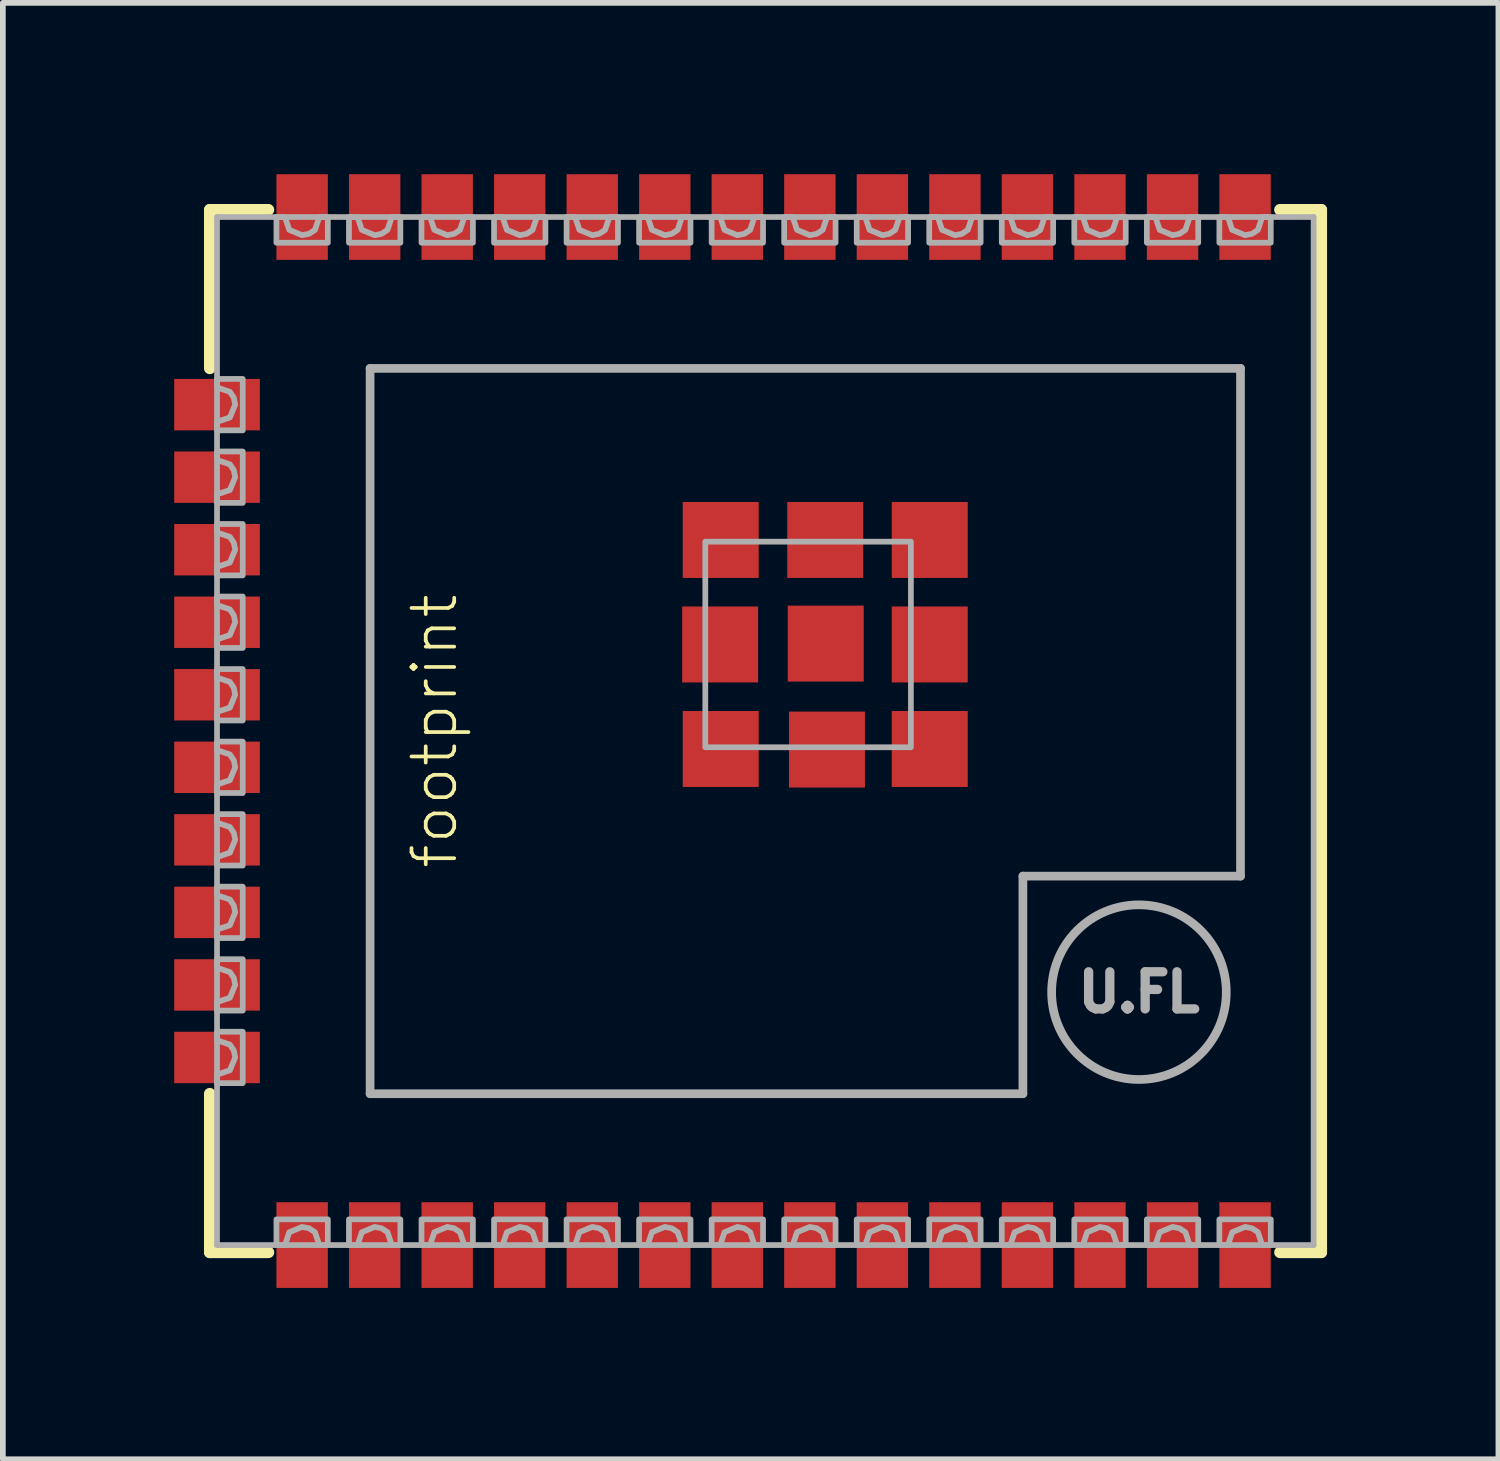
<source format=kicad_pcb>
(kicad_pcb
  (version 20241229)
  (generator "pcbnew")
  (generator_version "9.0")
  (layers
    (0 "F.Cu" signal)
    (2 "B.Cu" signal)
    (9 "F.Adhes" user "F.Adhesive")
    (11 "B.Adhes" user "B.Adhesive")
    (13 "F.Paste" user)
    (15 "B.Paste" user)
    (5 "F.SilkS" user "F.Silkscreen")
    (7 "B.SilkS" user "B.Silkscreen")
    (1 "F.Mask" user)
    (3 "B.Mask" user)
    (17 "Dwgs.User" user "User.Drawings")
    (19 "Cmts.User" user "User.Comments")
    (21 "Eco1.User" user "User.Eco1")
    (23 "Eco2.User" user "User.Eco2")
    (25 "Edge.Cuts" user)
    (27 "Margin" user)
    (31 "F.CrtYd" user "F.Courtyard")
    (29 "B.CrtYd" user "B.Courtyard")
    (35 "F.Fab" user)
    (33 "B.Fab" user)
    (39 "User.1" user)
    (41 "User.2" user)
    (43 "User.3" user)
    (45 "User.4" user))
  (footprint "footprint"
    (layer "F.Cu")
    (at 12.32 9.75)
    (property "Reference" "footprint" (at -7.76 0 90) (layer "F.SilkS") (effects (font (size 0.748 0.748) (thickness 0.065))))
    (fp_line (start -11.697 -9.127) (end -10.67 -9.127) (stroke (width 0.203) (type solid)) (layer "F.SilkS"))
    (fp_line (start -11.697 -6.35) (end -11.697 -9.127) (stroke (width 0.203) (type solid)) (layer "F.SilkS"))
    (fp_line (start -11.697 6.35) (end -11.697 9.127) (stroke (width 0.203) (type solid)) (layer "F.SilkS"))
    (fp_line (start -11.697 9.127) (end -10.67 9.127) (stroke (width 0.203) (type solid)) (layer "F.SilkS"))
    (fp_line (start 7.041 -9.127) (end 7.764 -9.127) (stroke (width 0.203) (type solid)) (layer "F.SilkS"))
    (fp_line (start 7.041 9.127) (end 7.764 9.127) (stroke (width 0.203) (type solid)) (layer "F.SilkS"))
    (fp_line (start 7.764 -9.127) (end 7.764 9.127) (stroke (width 0.203) (type solid)) (layer "F.SilkS"))
    (fp_line (start -11.57 -9) (end 7.63 -9) (stroke (width 0.1) (type solid)) (layer "F.Fab"))
    (fp_line (start -11.57 9) (end -11.57 -9) (stroke (width 0.1) (type solid)) (layer "F.Fab"))
    (fp_line (start -8.89 -6.35) (end -8.89 6.35) (stroke (width 0.152) (type solid)) (layer "F.Fab"))
    (fp_line (start -8.89 6.35) (end 2.54 6.35) (stroke (width 0.152) (type solid)) (layer "F.Fab"))
    (fp_line (start 2.54 2.54) (end 6.35 2.54) (stroke (width 0.152) (type solid)) (layer "F.Fab"))
    (fp_line (start 2.54 6.35) (end 2.54 2.54) (stroke (width 0.152) (type solid)) (layer "F.Fab"))
    (fp_line (start 6.35 -6.35) (end -8.89 -6.35) (stroke (width 0.152) (type solid)) (layer "F.Fab"))
    (fp_line (start 6.35 2.54) (end 6.35 -6.35) (stroke (width 0.152) (type solid)) (layer "F.Fab"))
    (fp_line (start 7.63 9) (end -11.57 9) (stroke (width 0.1) (type solid)) (layer "F.Fab"))
    (fp_line (start 7.63 9) (end 7.63 -9) (stroke (width 0.1) (type solid)) (layer "F.Fab"))
    (fp_circle (center 4.572 4.572) (end 6.101 4.572) (stroke (width 0.152) (type solid)) (fill no) (layer "F.Fab"))
    (fp_poly (pts (xy -3.021 0.284) (xy 0.579 0.284) (xy 0.579 -3.316) (xy -3.021 -3.316)) (stroke (width 0.1) (type solid)) (fill no) (layer "F.Fab"))
    (fp_poly (pts (xy -10.53 9) (xy -10.53 8.55) (xy -9.63 8.55) (xy -9.63 9) (xy -9.78 9) (xy -9.855 8.775) (xy -9.958 8.706) (xy -10.08 8.682) (xy -10.305 8.775) (xy -10.38 9)) (stroke (width 0.1) (type solid)) (fill no) (layer "F.Fab"))
    (fp_poly (pts (xy -9.26 9) (xy -9.26 8.55) (xy -8.36 8.55) (xy -8.36 9) (xy -8.51 9) (xy -8.585 8.775) (xy -8.688 8.706) (xy -8.81 8.682) (xy -9.035 8.775) (xy -9.11 9)) (stroke (width 0.1) (type solid)) (fill no) (layer "F.Fab"))
    (fp_poly (pts (xy -7.99 9) (xy -7.99 8.55) (xy -7.09 8.55) (xy -7.09 9) (xy -7.24 9) (xy -7.315 8.775) (xy -7.418 8.706) (xy -7.54 8.682) (xy -7.765 8.775) (xy -7.84 9)) (stroke (width 0.1) (type solid)) (fill no) (layer "F.Fab"))
    (fp_poly (pts (xy -6.72 9) (xy -6.72 8.55) (xy -5.82 8.55) (xy -5.82 9) (xy -5.97 9) (xy -6.045 8.775) (xy -6.148 8.706) (xy -6.27 8.682) (xy -6.495 8.775) (xy -6.57 9)) (stroke (width 0.1) (type solid)) (fill no) (layer "F.Fab"))
    (fp_poly (pts (xy -5.45 9) (xy -5.45 8.55) (xy -4.55 8.55) (xy -4.55 9) (xy -4.7 9) (xy -4.775 8.775) (xy -4.878 8.706) (xy -5 8.682) (xy -5.225 8.775) (xy -5.3 9)) (stroke (width 0.1) (type solid)) (fill no) (layer "F.Fab"))
    (fp_poly (pts (xy -4.18 9) (xy -4.18 8.55) (xy -3.28 8.55) (xy -3.28 9) (xy -3.43 9) (xy -3.505 8.775) (xy -3.608 8.706) (xy -3.73 8.682) (xy -3.955 8.775) (xy -4.03 9)) (stroke (width 0.1) (type solid)) (fill no) (layer "F.Fab"))
    (fp_poly (pts (xy -2.91 9) (xy -2.91 8.55) (xy -2.01 8.55) (xy -2.01 9) (xy -2.16 9) (xy -2.235 8.775) (xy -2.338 8.706) (xy -2.46 8.682) (xy -2.685 8.775) (xy -2.76 9)) (stroke (width 0.1) (type solid)) (fill no) (layer "F.Fab"))
    (fp_poly (pts (xy -1.64 9) (xy -1.64 8.55) (xy -0.74 8.55) (xy -0.74 9) (xy -0.89 9) (xy -0.965 8.775) (xy -1.068 8.706) (xy -1.19 8.682) (xy -1.415 8.775) (xy -1.49 9)) (stroke (width 0.1) (type solid)) (fill no) (layer "F.Fab"))
    (fp_poly (pts (xy -11.12 -5.265) (xy -11.57 -5.265) (xy -11.57 -5.415) (xy -11.345 -5.49) (xy -11.252 -5.715) (xy -11.276 -5.837) (xy -11.345 -5.94) (xy -11.57 -6.015) (xy -11.57 -6.015) (xy -11.57 -6.165) (xy -11.12 -6.165)) (stroke (width 0.1) (type solid)) (fill no) (layer "F.Fab"))
    (fp_poly (pts (xy -11.12 -3.995) (xy -11.57 -3.995) (xy -11.57 -4.145) (xy -11.345 -4.22) (xy -11.252 -4.445) (xy -11.276 -4.567) (xy -11.345 -4.67) (xy -11.57 -4.745) (xy -11.57 -4.745) (xy -11.57 -4.895) (xy -11.12 -4.895)) (stroke (width 0.1) (type solid)) (fill no) (layer "F.Fab"))
    (fp_poly (pts (xy -11.12 -2.725) (xy -11.57 -2.725) (xy -11.57 -2.875) (xy -11.345 -2.95) (xy -11.252 -3.175) (xy -11.276 -3.297) (xy -11.345 -3.4) (xy -11.57 -3.475) (xy -11.57 -3.475) (xy -11.57 -3.625) (xy -11.12 -3.625)) (stroke (width 0.1) (type solid)) (fill no) (layer "F.Fab"))
    (fp_poly (pts (xy -11.12 -1.455) (xy -11.57 -1.455) (xy -11.57 -1.605) (xy -11.345 -1.68) (xy -11.252 -1.905) (xy -11.276 -2.027) (xy -11.345 -2.13) (xy -11.57 -2.205) (xy -11.57 -2.205) (xy -11.57 -2.355) (xy -11.12 -2.355)) (stroke (width 0.1) (type solid)) (fill no) (layer "F.Fab"))
    (fp_poly (pts (xy -11.12 -0.185) (xy -11.57 -0.185) (xy -11.57 -0.335) (xy -11.345 -0.41) (xy -11.252 -0.635) (xy -11.276 -0.757) (xy -11.345 -0.86) (xy -11.57 -0.935) (xy -11.57 -0.935) (xy -11.57 -1.085) (xy -11.12 -1.085)) (stroke (width 0.1) (type solid)) (fill no) (layer "F.Fab"))
    (fp_poly (pts (xy -11.12 1.085) (xy -11.57 1.085) (xy -11.57 0.935) (xy -11.345 0.86) (xy -11.345 0.86) (xy -11.252 0.635) (xy -11.276 0.513) (xy -11.345 0.41) (xy -11.57 0.335) (xy -11.57 0.185) (xy -11.12 0.185)) (stroke (width 0.1) (type solid)) (fill no) (layer "F.Fab"))
    (fp_poly (pts (xy -11.12 2.355) (xy -11.57 2.355) (xy -11.57 2.205) (xy -11.345 2.13) (xy -11.345 2.13) (xy -11.252 1.905) (xy -11.276 1.783) (xy -11.345 1.68) (xy -11.57 1.605) (xy -11.57 1.455) (xy -11.12 1.455)) (stroke (width 0.1) (type solid)) (fill no) (layer "F.Fab"))
    (fp_poly (pts (xy -11.12 3.625) (xy -11.57 3.625) (xy -11.57 3.475) (xy -11.345 3.4) (xy -11.345 3.4) (xy -11.252 3.175) (xy -11.276 3.053) (xy -11.345 2.95) (xy -11.57 2.875) (xy -11.57 2.725) (xy -11.12 2.725)) (stroke (width 0.1) (type solid)) (fill no) (layer "F.Fab"))
    (fp_poly (pts (xy -11.12 4.895) (xy -11.57 4.895) (xy -11.57 4.745) (xy -11.345 4.67) (xy -11.345 4.67) (xy -11.252 4.445) (xy -11.276 4.323) (xy -11.345 4.22) (xy -11.57 4.145) (xy -11.57 3.995) (xy -11.12 3.995)) (stroke (width 0.1) (type solid)) (fill no) (layer "F.Fab"))
    (fp_poly (pts (xy -11.12 6.165) (xy -11.57 6.165) (xy -11.57 6.015) (xy -11.345 5.94) (xy -11.345 5.94) (xy -11.252 5.715) (xy -11.276 5.593) (xy -11.345 5.49) (xy -11.57 5.415) (xy -11.57 5.265) (xy -11.12 5.265)) (stroke (width 0.1) (type solid)) (fill no) (layer "F.Fab"))
    (fp_poly (pts (xy -10.305 -8.775) (xy -10.305 -8.775) (xy -10.08 -8.682) (xy -9.958 -8.706) (xy -9.855 -8.775) (xy -9.78 -9) (xy -9.63 -9) (xy -9.63 -8.55) (xy -10.53 -8.55) (xy -10.53 -9) (xy -10.38 -9)) (stroke (width 0.1) (type solid)) (fill no) (layer "F.Fab"))
    (fp_poly (pts (xy -9.035 -8.775) (xy -9.035 -8.775) (xy -8.81 -8.682) (xy -8.688 -8.706) (xy -8.585 -8.775) (xy -8.51 -9) (xy -8.36 -9) (xy -8.36 -8.55) (xy -9.26 -8.55) (xy -9.26 -9) (xy -9.11 -9)) (stroke (width 0.1) (type solid)) (fill no) (layer "F.Fab"))
    (fp_poly (pts (xy -7.765 -8.775) (xy -7.765 -8.775) (xy -7.54 -8.682) (xy -7.418 -8.706) (xy -7.315 -8.775) (xy -7.24 -9) (xy -7.09 -9) (xy -7.09 -8.55) (xy -7.99 -8.55) (xy -7.99 -9) (xy -7.84 -9)) (stroke (width 0.1) (type solid)) (fill no) (layer "F.Fab"))
    (fp_poly (pts (xy -6.495 -8.775) (xy -6.495 -8.775) (xy -6.27 -8.682) (xy -6.148 -8.706) (xy -6.045 -8.775) (xy -5.97 -9) (xy -5.82 -9) (xy -5.82 -8.55) (xy -6.72 -8.55) (xy -6.72 -9) (xy -6.57 -9)) (stroke (width 0.1) (type solid)) (fill no) (layer "F.Fab"))
    (fp_poly (pts (xy -5.225 -8.775) (xy -5.225 -8.775) (xy -5 -8.682) (xy -4.878 -8.706) (xy -4.775 -8.775) (xy -4.7 -9) (xy -4.55 -9) (xy -4.55 -8.55) (xy -5.45 -8.55) (xy -5.45 -9) (xy -5.3 -9)) (stroke (width 0.1) (type solid)) (fill no) (layer "F.Fab"))
    (fp_poly (pts (xy -3.955 -8.775) (xy -3.955 -8.775) (xy -3.73 -8.682) (xy -3.608 -8.706) (xy -3.505 -8.775) (xy -3.43 -9) (xy -3.28 -9) (xy -3.28 -8.55) (xy -4.18 -8.55) (xy -4.18 -9) (xy -4.03 -9)) (stroke (width 0.1) (type solid)) (fill no) (layer "F.Fab"))
    (fp_poly (pts (xy -2.685 -8.775) (xy -2.685 -8.775) (xy -2.46 -8.682) (xy -2.338 -8.706) (xy -2.235 -8.775) (xy -2.16 -9) (xy -2.01 -9) (xy -2.01 -8.55) (xy -2.91 -8.55) (xy -2.91 -9) (xy -2.76 -9)) (stroke (width 0.1) (type solid)) (fill no) (layer "F.Fab"))
    (fp_poly (pts (xy -1.415 -8.775) (xy -1.415 -8.775) (xy -1.19 -8.682) (xy -1.068 -8.706) (xy -0.965 -8.775) (xy -0.89 -9) (xy -0.74 -9) (xy -0.74 -8.55) (xy -1.64 -8.55) (xy -1.64 -9) (xy -1.49 -9)) (stroke (width 0.1) (type solid)) (fill no) (layer "F.Fab"))
    (fp_poly (pts (xy 0.38 -9) (xy 0.53 -9) (xy 0.53 -8.55) (xy -0.37 -8.55) (xy -0.37 -9) (xy -0.22 -9) (xy -0.145 -8.775) (xy 0.08 -8.682) (xy 0.202 -8.706) (xy 0.305 -8.775) (xy 0.38 -9)) (stroke (width 0.1) (type solid)) (fill no) (layer "F.Fab"))
    (fp_poly (pts (xy 0.53 9) (xy 0.38 9) (xy 0.38 9) (xy 0.305 8.775) (xy 0.202 8.706) (xy 0.08 8.682) (xy -0.145 8.775) (xy -0.22 9) (xy -0.37 9) (xy -0.37 8.55) (xy 0.53 8.55)) (stroke (width 0.1) (type solid)) (fill no) (layer "F.Fab"))
    (fp_poly (pts (xy 1.65 -9) (xy 1.8 -9) (xy 1.8 -8.55) (xy 0.9 -8.55) (xy 0.9 -9) (xy 1.05 -9) (xy 1.125 -8.775) (xy 1.35 -8.682) (xy 1.472 -8.706) (xy 1.575 -8.775) (xy 1.65 -9)) (stroke (width 0.1) (type solid)) (fill no) (layer "F.Fab"))
    (fp_poly (pts (xy 1.8 9) (xy 1.65 9) (xy 1.65 9) (xy 1.575 8.775) (xy 1.472 8.706) (xy 1.35 8.682) (xy 1.125 8.775) (xy 1.05 9) (xy 0.9 9) (xy 0.9 8.55) (xy 1.8 8.55)) (stroke (width 0.1) (type solid)) (fill no) (layer "F.Fab"))
    (fp_poly (pts (xy 2.92 -9) (xy 3.07 -9) (xy 3.07 -8.55) (xy 2.17 -8.55) (xy 2.17 -9) (xy 2.32 -9) (xy 2.395 -8.775) (xy 2.62 -8.682) (xy 2.742 -8.706) (xy 2.845 -8.775) (xy 2.92 -9)) (stroke (width 0.1) (type solid)) (fill no) (layer "F.Fab"))
    (fp_poly (pts (xy 3.07 9) (xy 2.92 9) (xy 2.92 9) (xy 2.845 8.775) (xy 2.742 8.706) (xy 2.62 8.682) (xy 2.395 8.775) (xy 2.32 9) (xy 2.17 9) (xy 2.17 8.55) (xy 3.07 8.55)) (stroke (width 0.1) (type solid)) (fill no) (layer "F.Fab"))
    (fp_poly (pts (xy 4.19 -9) (xy 4.34 -9) (xy 4.34 -8.55) (xy 3.44 -8.55) (xy 3.44 -9) (xy 3.59 -9) (xy 3.665 -8.775) (xy 3.89 -8.682) (xy 4.012 -8.706) (xy 4.115 -8.775) (xy 4.19 -9)) (stroke (width 0.1) (type solid)) (fill no) (layer "F.Fab"))
    (fp_poly (pts (xy 4.34 9) (xy 4.19 9) (xy 4.19 9) (xy 4.115 8.775) (xy 4.012 8.706) (xy 3.89 8.682) (xy 3.665 8.775) (xy 3.59 9) (xy 3.44 9) (xy 3.44 8.55) (xy 4.34 8.55)) (stroke (width 0.1) (type solid)) (fill no) (layer "F.Fab"))
    (fp_poly (pts (xy 5.46 -9) (xy 5.61 -9) (xy 5.61 -8.55) (xy 4.71 -8.55) (xy 4.71 -9) (xy 4.86 -9) (xy 4.935 -8.775) (xy 5.16 -8.682) (xy 5.282 -8.706) (xy 5.385 -8.775) (xy 5.46 -9)) (stroke (width 0.1) (type solid)) (fill no) (layer "F.Fab"))
    (fp_poly (pts (xy 5.61 9) (xy 5.46 9) (xy 5.46 9) (xy 5.385 8.775) (xy 5.282 8.706) (xy 5.16 8.682) (xy 4.935 8.775) (xy 4.86 9) (xy 4.71 9) (xy 4.71 8.55) (xy 5.61 8.55)) (stroke (width 0.1) (type solid)) (fill no) (layer "F.Fab"))
    (fp_poly (pts (xy 6.73 -9) (xy 6.88 -9) (xy 6.88 -8.55) (xy 5.98 -8.55) (xy 5.98 -9) (xy 6.13 -9) (xy 6.205 -8.775) (xy 6.43 -8.682) (xy 6.552 -8.706) (xy 6.655 -8.775) (xy 6.73 -9)) (stroke (width 0.1) (type solid)) (fill no) (layer "F.Fab"))
    (fp_poly (pts (xy 6.88 9) (xy 6.73 9) (xy 6.73 9) (xy 6.655 8.775) (xy 6.552 8.706) (xy 6.43 8.682) (xy 6.205 8.775) (xy 6.13 9) (xy 5.98 9) (xy 5.98 8.55) (xy 6.88 8.55)) (stroke (width 0.1) (type solid)) (fill no) (layer "F.Fab"))
    (fp_text user "U.FL" (at 3.429 4.953 0) (layer "F.Fab") (effects (font (size 0.65 0.65) (thickness 0.163)) (justify left bottom)))
    (pad "1" smd rect (at 6.43 -9) (size 0.9 1.5) (layers "F.Cu" "F.Mask" "F.Paste"))
    (pad "2" smd rect (at 5.16 -9) (size 0.9 1.5) (layers "F.Cu" "F.Mask" "F.Paste"))
    (pad "3" smd rect (at 3.89 -9) (size 0.9 1.5) (layers "F.Cu" "F.Mask" "F.Paste"))
    (pad "4" smd rect (at 2.62 -9) (size 0.9 1.5) (layers "F.Cu" "F.Mask" "F.Paste"))
    (pad "5" smd rect (at 1.35 -9) (size 0.9 1.5) (layers "F.Cu" "F.Mask" "F.Paste"))
    (pad "6" smd rect (at 0.08 -9) (size 0.9 1.5) (layers "F.Cu" "F.Mask" "F.Paste"))
    (pad "7" smd rect (at -1.19 -9) (size 0.9 1.5) (layers "F.Cu" "F.Mask" "F.Paste"))
    (pad "8" smd rect (at -2.46 -9) (size 0.9 1.5) (layers "F.Cu" "F.Mask" "F.Paste"))
    (pad "9" smd rect (at -3.73 -9) (size 0.9 1.5) (layers "F.Cu" "F.Mask" "F.Paste"))
    (pad "10" smd rect (at -5 -9) (size 0.9 1.5) (layers "F.Cu" "F.Mask" "F.Paste"))
    (pad "11" smd rect (at -6.27 -9) (size 0.9 1.5) (layers "F.Cu" "F.Mask" "F.Paste"))
    (pad "12" smd rect (at -7.54 -9) (size 0.9 1.5) (layers "F.Cu" "F.Mask" "F.Paste"))
    (pad "13" smd rect (at -8.81 -9) (size 0.9 1.5) (layers "F.Cu" "F.Mask" "F.Paste"))
    (pad "14" smd rect (at -10.08 -9) (size 0.9 1.5) (layers "F.Cu" "F.Mask" "F.Paste"))
    (pad "15" smd rect (at -11.57 -5.715 90) (size 0.9 1.5) (layers "F.Cu" "F.Mask" "F.Paste"))
    (pad "16" smd rect (at -11.57 -4.445 90) (size 0.9 1.5) (layers "F.Cu" "F.Mask" "F.Paste"))
    (pad "17" smd rect (at -11.57 -3.175 90) (size 0.9 1.5) (layers "F.Cu" "F.Mask" "F.Paste"))
    (pad "18" smd rect (at -11.57 -1.905 90) (size 0.9 1.5) (layers "F.Cu" "F.Mask" "F.Paste"))
    (pad "19" smd rect (at -11.57 -0.635 90) (size 0.9 1.5) (layers "F.Cu" "F.Mask" "F.Paste"))
    (pad "20" smd rect (at -11.57 0.635 90) (size 0.9 1.5) (layers "F.Cu" "F.Mask" "F.Paste"))
    (pad "21" smd rect (at -11.57 1.905 90) (size 0.9 1.5) (layers "F.Cu" "F.Mask" "F.Paste"))
    (pad "22" smd rect (at -11.57 3.175 90) (size 0.9 1.5) (layers "F.Cu" "F.Mask" "F.Paste"))
    (pad "23" smd rect (at -11.57 4.445 90) (size 0.9 1.5) (layers "F.Cu" "F.Mask" "F.Paste"))
    (pad "24" smd rect (at -11.57 5.715 90) (size 0.9 1.5) (layers "F.Cu" "F.Mask" "F.Paste"))
    (pad "25" smd rect (at -10.08 9) (size 0.9 1.5) (layers "F.Cu" "F.Mask" "F.Paste"))
    (pad "26" smd rect (at -8.81 9) (size 0.9 1.5) (layers "F.Cu" "F.Mask" "F.Paste"))
    (pad "27" smd rect (at -7.54 9) (size 0.9 1.5) (layers "F.Cu" "F.Mask" "F.Paste"))
    (pad "28" smd rect (at -6.27 9) (size 0.9 1.5) (layers "F.Cu" "F.Mask" "F.Paste"))
    (pad "29" smd rect (at -5 9) (size 0.9 1.5) (layers "F.Cu" "F.Mask" "F.Paste"))
    (pad "30" smd rect (at -3.73 9) (size 0.9 1.5) (layers "F.Cu" "F.Mask" "F.Paste"))
    (pad "31" smd rect (at -2.46 9) (size 0.9 1.5) (layers "F.Cu" "F.Mask" "F.Paste"))
    (pad "32" smd rect (at -1.19 9) (size 0.9 1.5) (layers "F.Cu" "F.Mask" "F.Paste"))
    (pad "33" smd rect (at 0.08 9) (size 0.9 1.5) (layers "F.Cu" "F.Mask" "F.Paste"))
    (pad "34" smd rect (at 1.35 9) (size 0.9 1.5) (layers "F.Cu" "F.Mask" "F.Paste"))
    (pad "35" smd rect (at 2.62 9) (size 0.9 1.5) (layers "F.Cu" "F.Mask" "F.Paste"))
    (pad "36" smd rect (at 3.89 9) (size 0.9 1.5) (layers "F.Cu" "F.Mask" "F.Paste"))
    (pad "37" smd rect (at 5.16 9) (size 0.9 1.5) (layers "F.Cu" "F.Mask" "F.Paste"))
    (pad "38" smd rect (at 6.43 9) (size 0.9 1.5) (layers "F.Cu" "F.Mask" "F.Paste"))
    (pad "GND" smd rect (at -0.912 -1.531) (size 1.33 1.33) (layers "F.Cu" "F.Mask" "F.Paste"))
    (pad "GNDT1" smd rect (at -2.751 -3.346) (size 1.33 1.33) (layers "F.Cu" "F.Mask" "F.Paste"))
    (pad "GNDT2" smd rect (at -2.761 -1.516) (size 1.33 1.33) (layers "F.Cu" "F.Mask" "F.Paste"))
    (pad "GNDT3" smd rect (at -2.751 0.314) (size 1.33 1.33) (layers "F.Cu" "F.Mask" "F.Paste"))
    (pad "GNDT4" smd rect (at -0.891 0.324) (size 1.33 1.33) (layers "F.Cu" "F.Mask" "F.Paste"))
    (pad "GNDT5" smd rect (at 0.909 0.314) (size 1.33 1.33) (layers "F.Cu" "F.Mask" "F.Paste"))
    (pad "GNDT6" smd rect (at 0.909 -1.516) (size 1.33 1.33) (layers "F.Cu" "F.Mask" "F.Paste"))
    (pad "GNDT7" smd rect (at 0.909 -3.346) (size 1.33 1.33) (layers "F.Cu" "F.Mask" "F.Paste"))
    (pad "GNDT8" smd rect (at -0.921 -3.346) (size 1.33 1.33) (layers "F.Cu" "F.Mask" "F.Paste")))
  (gr_rect
    (start -3 -3)
    (end 23.186 22.5)
    (stroke (width 0.1) (type default))
    (fill no)
    (layer "Edge.Cuts")))
</source>
